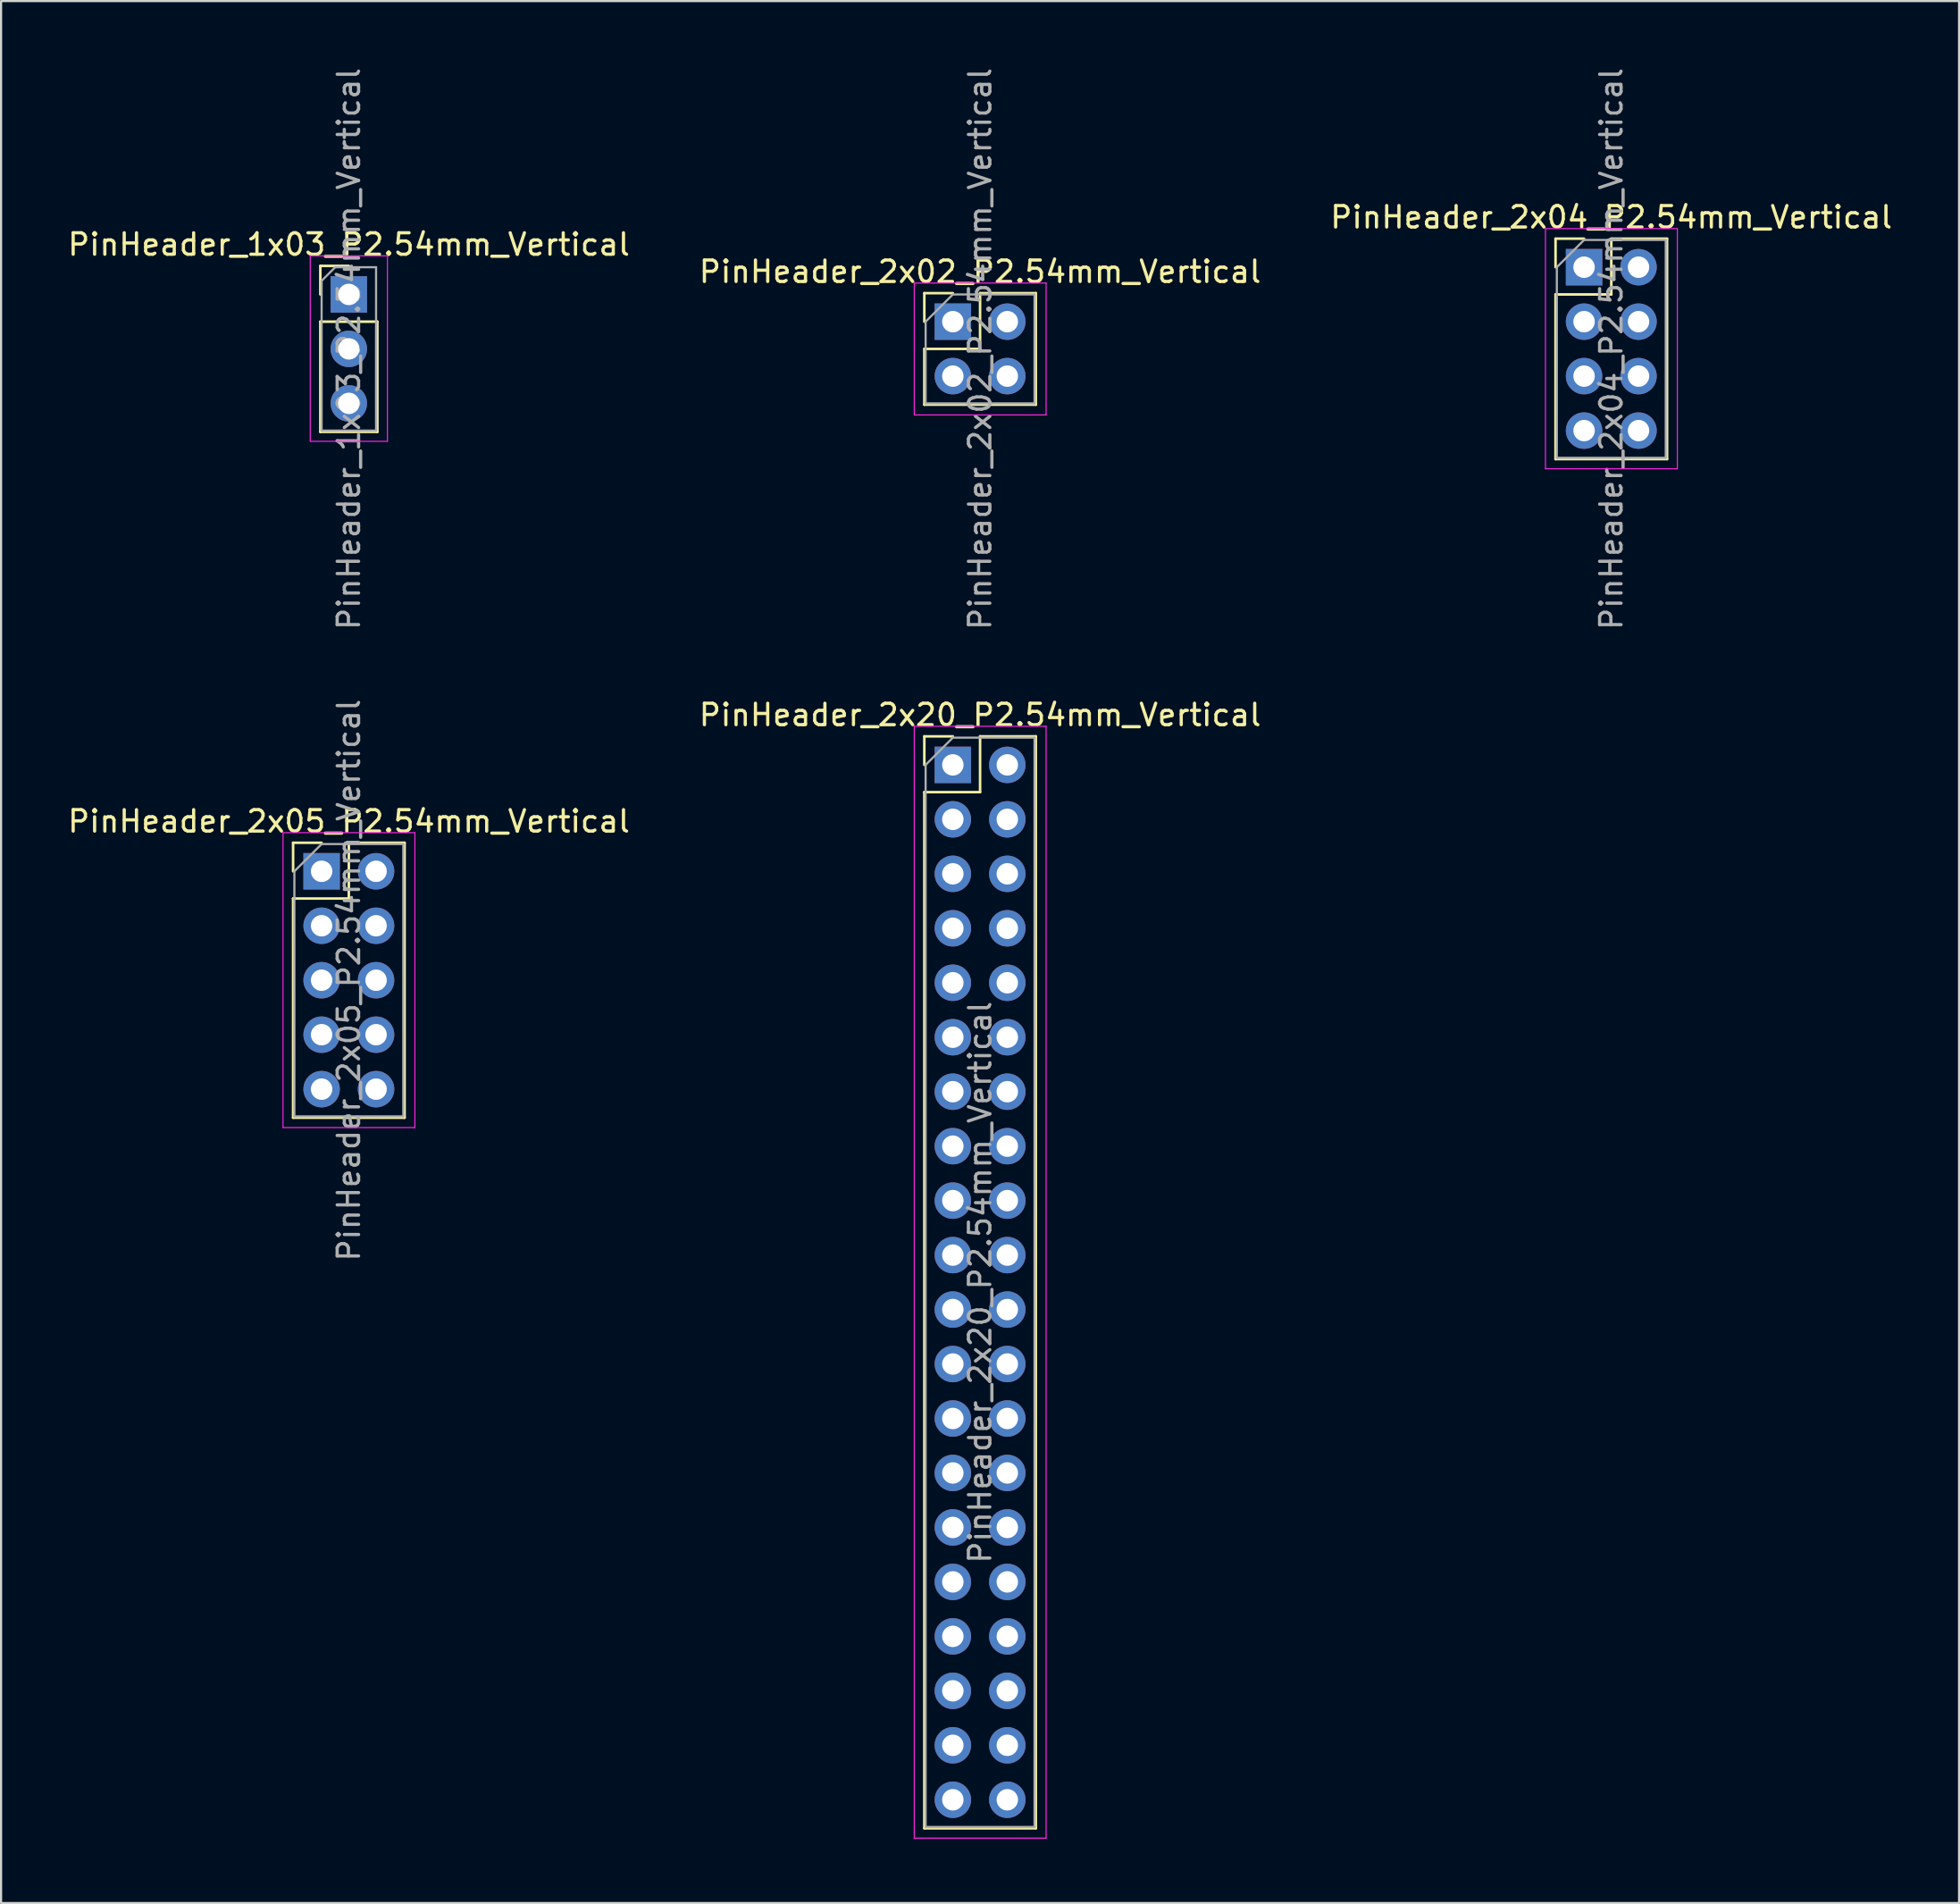
<source format=kicad_pcb>
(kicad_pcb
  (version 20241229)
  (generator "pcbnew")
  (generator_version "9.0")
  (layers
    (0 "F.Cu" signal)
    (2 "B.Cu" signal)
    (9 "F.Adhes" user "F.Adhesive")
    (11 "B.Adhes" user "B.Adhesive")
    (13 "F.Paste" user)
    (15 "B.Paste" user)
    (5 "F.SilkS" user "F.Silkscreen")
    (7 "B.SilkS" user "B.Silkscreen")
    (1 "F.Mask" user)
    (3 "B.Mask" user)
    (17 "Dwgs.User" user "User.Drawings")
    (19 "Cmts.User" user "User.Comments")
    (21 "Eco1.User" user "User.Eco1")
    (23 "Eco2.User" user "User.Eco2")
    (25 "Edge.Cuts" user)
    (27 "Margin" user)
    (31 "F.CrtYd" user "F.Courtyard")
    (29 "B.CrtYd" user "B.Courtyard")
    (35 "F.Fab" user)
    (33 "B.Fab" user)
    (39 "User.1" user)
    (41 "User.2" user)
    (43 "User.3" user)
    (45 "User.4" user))
  (footprint "PinHeader_1x03_P2.54mm_Vertical"
    (layer "F.Cu")
    (at 13.22 10.68)
    (property "Reference" "PinHeader_1x03_P2.54mm_Vertical" (at 0 -2.33 0) (layer "F.SilkS") (effects (font (size 1 1) (thickness 0.15))))
    (attr through_hole)
    (fp_line (start -1.33 -1.33) (end 0 -1.33) (stroke (width 0.12) (type solid)) (layer "F.SilkS"))
    (fp_line (start -1.33 0) (end -1.33 -1.33) (stroke (width 0.12) (type solid)) (layer "F.SilkS"))
    (fp_line (start -1.33 1.27) (end -1.33 6.41) (stroke (width 0.12) (type solid)) (layer "F.SilkS"))
    (fp_line (start -1.33 1.27) (end 1.33 1.27) (stroke (width 0.12) (type solid)) (layer "F.SilkS"))
    (fp_line (start -1.33 6.41) (end 1.33 6.41) (stroke (width 0.12) (type solid)) (layer "F.SilkS"))
    (fp_line (start 1.33 1.27) (end 1.33 6.41) (stroke (width 0.12) (type solid)) (layer "F.SilkS"))
    (fp_line (start -1.8 -1.8) (end -1.8 6.85) (stroke (width 0.05) (type solid)) (layer "F.CrtYd"))
    (fp_line (start -1.8 6.85) (end 1.8 6.85) (stroke (width 0.05) (type solid)) (layer "F.CrtYd"))
    (fp_line (start 1.8 -1.8) (end -1.8 -1.8) (stroke (width 0.05) (type solid)) (layer "F.CrtYd"))
    (fp_line (start 1.8 6.85) (end 1.8 -1.8) (stroke (width 0.05) (type solid)) (layer "F.CrtYd"))
    (fp_line (start -1.27 -0.635) (end -0.635 -1.27) (stroke (width 0.1) (type solid)) (layer "F.Fab"))
    (fp_line (start -1.27 6.35) (end -1.27 -0.635) (stroke (width 0.1) (type solid)) (layer "F.Fab"))
    (fp_line (start -0.635 -1.27) (end 1.27 -1.27) (stroke (width 0.1) (type solid)) (layer "F.Fab"))
    (fp_line (start 1.27 -1.27) (end 1.27 6.35) (stroke (width 0.1) (type solid)) (layer "F.Fab"))
    (fp_line (start 1.27 6.35) (end -1.27 6.35) (stroke (width 0.1) (type solid)) (layer "F.Fab"))
    (fp_text user "${REFERENCE}" (at 0 2.54 90) (layer "F.Fab") (effects (font (size 1 1) (thickness 0.15))))
    (pad "1" thru_hole rect (at 0 0) (size 1.7 1.7) (drill 1) (layers "*.Cu" "*.Mask"))
    (pad "2" thru_hole oval (at 0 2.54) (size 1.7 1.7) (drill 1) (layers "*.Cu" "*.Mask"))
    (pad "3" thru_hole oval (at 0 5.08) (size 1.7 1.7) (drill 1) (layers "*.Cu" "*.Mask")))
  (footprint "PinHeader_2x20_P2.54mm_Vertical"
    (layer "F.Cu")
    (at 41.391 32.619)
    (property "Reference" "PinHeader_2x20_P2.54mm_Vertical" (at 1.27 -2.33 0) (layer "F.SilkS") (effects (font (size 1 1) (thickness 0.15))))
    (attr through_hole)
    (fp_line (start -1.33 -1.33) (end 0 -1.33) (stroke (width 0.12) (type solid)) (layer "F.SilkS"))
    (fp_line (start -1.33 0) (end -1.33 -1.33) (stroke (width 0.12) (type solid)) (layer "F.SilkS"))
    (fp_line (start -1.33 1.27) (end -1.33 49.59) (stroke (width 0.12) (type solid)) (layer "F.SilkS"))
    (fp_line (start -1.33 1.27) (end 1.27 1.27) (stroke (width 0.12) (type solid)) (layer "F.SilkS"))
    (fp_line (start -1.33 49.59) (end 3.87 49.59) (stroke (width 0.12) (type solid)) (layer "F.SilkS"))
    (fp_line (start 1.27 -1.33) (end 3.87 -1.33) (stroke (width 0.12) (type solid)) (layer "F.SilkS"))
    (fp_line (start 1.27 1.27) (end 1.27 -1.33) (stroke (width 0.12) (type solid)) (layer "F.SilkS"))
    (fp_line (start 3.87 -1.33) (end 3.87 49.59) (stroke (width 0.12) (type solid)) (layer "F.SilkS"))
    (fp_line (start -1.8 -1.8) (end -1.8 50.05) (stroke (width 0.05) (type solid)) (layer "F.CrtYd"))
    (fp_line (start -1.8 50.05) (end 4.35 50.05) (stroke (width 0.05) (type solid)) (layer "F.CrtYd"))
    (fp_line (start 4.35 -1.8) (end -1.8 -1.8) (stroke (width 0.05) (type solid)) (layer "F.CrtYd"))
    (fp_line (start 4.35 50.05) (end 4.35 -1.8) (stroke (width 0.05) (type solid)) (layer "F.CrtYd"))
    (fp_line (start -1.27 0) (end 0 -1.27) (stroke (width 0.1) (type solid)) (layer "F.Fab"))
    (fp_line (start -1.27 49.53) (end -1.27 0) (stroke (width 0.1) (type solid)) (layer "F.Fab"))
    (fp_line (start 0 -1.27) (end 3.81 -1.27) (stroke (width 0.1) (type solid)) (layer "F.Fab"))
    (fp_line (start 3.81 -1.27) (end 3.81 49.53) (stroke (width 0.1) (type solid)) (layer "F.Fab"))
    (fp_line (start 3.81 49.53) (end -1.27 49.53) (stroke (width 0.1) (type solid)) (layer "F.Fab"))
    (fp_text user "${REFERENCE}" (at 1.27 24.13 90) (layer "F.Fab") (effects (font (size 1 1) (thickness 0.15))))
    (pad "1" thru_hole rect (at 0 0) (size 1.7 1.7) (drill 1) (layers "*.Cu" "*.Mask"))
    (pad "2" thru_hole oval (at 2.54 0) (size 1.7 1.7) (drill 1) (layers "*.Cu" "*.Mask"))
    (pad "3" thru_hole oval (at 0 2.54) (size 1.7 1.7) (drill 1) (layers "*.Cu" "*.Mask"))
    (pad "4" thru_hole oval (at 2.54 2.54) (size 1.7 1.7) (drill 1) (layers "*.Cu" "*.Mask"))
    (pad "5" thru_hole oval (at 0 5.08) (size 1.7 1.7) (drill 1) (layers "*.Cu" "*.Mask"))
    (pad "6" thru_hole oval (at 2.54 5.08) (size 1.7 1.7) (drill 1) (layers "*.Cu" "*.Mask"))
    (pad "7" thru_hole oval (at 0 7.62) (size 1.7 1.7) (drill 1) (layers "*.Cu" "*.Mask"))
    (pad "8" thru_hole oval (at 2.54 7.62) (size 1.7 1.7) (drill 1) (layers "*.Cu" "*.Mask"))
    (pad "9" thru_hole oval (at 0 10.16) (size 1.7 1.7) (drill 1) (layers "*.Cu" "*.Mask"))
    (pad "10" thru_hole oval (at 2.54 10.16) (size 1.7 1.7) (drill 1) (layers "*.Cu" "*.Mask"))
    (pad "11" thru_hole oval (at 0 12.7) (size 1.7 1.7) (drill 1) (layers "*.Cu" "*.Mask"))
    (pad "12" thru_hole oval (at 2.54 12.7) (size 1.7 1.7) (drill 1) (layers "*.Cu" "*.Mask"))
    (pad "13" thru_hole oval (at 0 15.24) (size 1.7 1.7) (drill 1) (layers "*.Cu" "*.Mask"))
    (pad "14" thru_hole oval (at 2.54 15.24) (size 1.7 1.7) (drill 1) (layers "*.Cu" "*.Mask"))
    (pad "15" thru_hole oval (at 0 17.78) (size 1.7 1.7) (drill 1) (layers "*.Cu" "*.Mask"))
    (pad "16" thru_hole oval (at 2.54 17.78) (size 1.7 1.7) (drill 1) (layers "*.Cu" "*.Mask"))
    (pad "17" thru_hole oval (at 0 20.32) (size 1.7 1.7) (drill 1) (layers "*.Cu" "*.Mask"))
    (pad "18" thru_hole oval (at 2.54 20.32) (size 1.7 1.7) (drill 1) (layers "*.Cu" "*.Mask"))
    (pad "19" thru_hole oval (at 0 22.86) (size 1.7 1.7) (drill 1) (layers "*.Cu" "*.Mask"))
    (pad "20" thru_hole oval (at 2.54 22.86) (size 1.7 1.7) (drill 1) (layers "*.Cu" "*.Mask"))
    (pad "21" thru_hole oval (at 0 25.4) (size 1.7 1.7) (drill 1) (layers "*.Cu" "*.Mask"))
    (pad "22" thru_hole oval (at 2.54 25.4) (size 1.7 1.7) (drill 1) (layers "*.Cu" "*.Mask"))
    (pad "23" thru_hole oval (at 0 27.94) (size 1.7 1.7) (drill 1) (layers "*.Cu" "*.Mask"))
    (pad "24" thru_hole oval (at 2.54 27.94) (size 1.7 1.7) (drill 1) (layers "*.Cu" "*.Mask"))
    (pad "25" thru_hole oval (at 0 30.48) (size 1.7 1.7) (drill 1) (layers "*.Cu" "*.Mask"))
    (pad "26" thru_hole oval (at 2.54 30.48) (size 1.7 1.7) (drill 1) (layers "*.Cu" "*.Mask"))
    (pad "27" thru_hole oval (at 0 33.02) (size 1.7 1.7) (drill 1) (layers "*.Cu" "*.Mask"))
    (pad "28" thru_hole oval (at 2.54 33.02) (size 1.7 1.7) (drill 1) (layers "*.Cu" "*.Mask"))
    (pad "29" thru_hole oval (at 0 35.56) (size 1.7 1.7) (drill 1) (layers "*.Cu" "*.Mask"))
    (pad "30" thru_hole oval (at 2.54 35.56) (size 1.7 1.7) (drill 1) (layers "*.Cu" "*.Mask"))
    (pad "31" thru_hole oval (at 0 38.1) (size 1.7 1.7) (drill 1) (layers "*.Cu" "*.Mask"))
    (pad "32" thru_hole oval (at 2.54 38.1) (size 1.7 1.7) (drill 1) (layers "*.Cu" "*.Mask"))
    (pad "33" thru_hole oval (at 0 40.64) (size 1.7 1.7) (drill 1) (layers "*.Cu" "*.Mask"))
    (pad "34" thru_hole oval (at 2.54 40.64) (size 1.7 1.7) (drill 1) (layers "*.Cu" "*.Mask"))
    (pad "35" thru_hole oval (at 0 43.18) (size 1.7 1.7) (drill 1) (layers "*.Cu" "*.Mask"))
    (pad "36" thru_hole oval (at 2.54 43.18) (size 1.7 1.7) (drill 1) (layers "*.Cu" "*.Mask"))
    (pad "37" thru_hole oval (at 0 45.72) (size 1.7 1.7) (drill 1) (layers "*.Cu" "*.Mask"))
    (pad "38" thru_hole oval (at 2.54 45.72) (size 1.7 1.7) (drill 1) (layers "*.Cu" "*.Mask"))
    (pad "39" thru_hole oval (at 0 48.26) (size 1.7 1.7) (drill 1) (layers "*.Cu" "*.Mask"))
    (pad "40" thru_hole oval (at 2.54 48.26) (size 1.7 1.7) (drill 1) (layers "*.Cu" "*.Mask")))
  (footprint "PinHeader_2x02_P2.54mm_Vertical"
    (layer "F.Cu")
    (at 41.391 11.95)
    (property "Reference" "PinHeader_2x02_P2.54mm_Vertical" (at 1.27 -2.33 0) (layer "F.SilkS") (effects (font (size 1 1) (thickness 0.15))))
    (attr through_hole)
    (fp_line (start -1.33 -1.33) (end 0 -1.33) (stroke (width 0.12) (type solid)) (layer "F.SilkS"))
    (fp_line (start -1.33 0) (end -1.33 -1.33) (stroke (width 0.12) (type solid)) (layer "F.SilkS"))
    (fp_line (start -1.33 1.27) (end -1.33 3.87) (stroke (width 0.12) (type solid)) (layer "F.SilkS"))
    (fp_line (start -1.33 1.27) (end 1.27 1.27) (stroke (width 0.12) (type solid)) (layer "F.SilkS"))
    (fp_line (start -1.33 3.87) (end 3.87 3.87) (stroke (width 0.12) (type solid)) (layer "F.SilkS"))
    (fp_line (start 1.27 -1.33) (end 3.87 -1.33) (stroke (width 0.12) (type solid)) (layer "F.SilkS"))
    (fp_line (start 1.27 1.27) (end 1.27 -1.33) (stroke (width 0.12) (type solid)) (layer "F.SilkS"))
    (fp_line (start 3.87 -1.33) (end 3.87 3.87) (stroke (width 0.12) (type solid)) (layer "F.SilkS"))
    (fp_line (start -1.8 -1.8) (end -1.8 4.35) (stroke (width 0.05) (type solid)) (layer "F.CrtYd"))
    (fp_line (start -1.8 4.35) (end 4.35 4.35) (stroke (width 0.05) (type solid)) (layer "F.CrtYd"))
    (fp_line (start 4.35 -1.8) (end -1.8 -1.8) (stroke (width 0.05) (type solid)) (layer "F.CrtYd"))
    (fp_line (start 4.35 4.35) (end 4.35 -1.8) (stroke (width 0.05) (type solid)) (layer "F.CrtYd"))
    (fp_line (start -1.27 0) (end 0 -1.27) (stroke (width 0.1) (type solid)) (layer "F.Fab"))
    (fp_line (start -1.27 3.81) (end -1.27 0) (stroke (width 0.1) (type solid)) (layer "F.Fab"))
    (fp_line (start 0 -1.27) (end 3.81 -1.27) (stroke (width 0.1) (type solid)) (layer "F.Fab"))
    (fp_line (start 3.81 -1.27) (end 3.81 3.81) (stroke (width 0.1) (type solid)) (layer "F.Fab"))
    (fp_line (start 3.81 3.81) (end -1.27 3.81) (stroke (width 0.1) (type solid)) (layer "F.Fab"))
    (fp_text user "${REFERENCE}" (at 1.27 1.27 90) (layer "F.Fab") (effects (font (size 1 1) (thickness 0.15))))
    (pad "1" thru_hole rect (at 0 0) (size 1.7 1.7) (drill 1) (layers "*.Cu" "*.Mask"))
    (pad "2" thru_hole oval (at 2.54 0) (size 1.7 1.7) (drill 1) (layers "*.Cu" "*.Mask"))
    (pad "3" thru_hole oval (at 0 2.54) (size 1.7 1.7) (drill 1) (layers "*.Cu" "*.Mask"))
    (pad "4" thru_hole oval (at 2.54 2.54) (size 1.7 1.7) (drill 1) (layers "*.Cu" "*.Mask")))
  (footprint "PinHeader_2x05_P2.54mm_Vertical"
    (layer "F.Cu")
    (at 11.95 37.581)
    (property "Reference" "PinHeader_2x05_P2.54mm_Vertical" (at 1.27 -2.33 0) (layer "F.SilkS") (effects (font (size 1 1) (thickness 0.15))))
    (attr through_hole)
    (fp_line (start -1.33 -1.33) (end 0 -1.33) (stroke (width 0.12) (type solid)) (layer "F.SilkS"))
    (fp_line (start -1.33 0) (end -1.33 -1.33) (stroke (width 0.12) (type solid)) (layer "F.SilkS"))
    (fp_line (start -1.33 1.27) (end -1.33 11.49) (stroke (width 0.12) (type solid)) (layer "F.SilkS"))
    (fp_line (start -1.33 1.27) (end 1.27 1.27) (stroke (width 0.12) (type solid)) (layer "F.SilkS"))
    (fp_line (start -1.33 11.49) (end 3.87 11.49) (stroke (width 0.12) (type solid)) (layer "F.SilkS"))
    (fp_line (start 1.27 -1.33) (end 3.87 -1.33) (stroke (width 0.12) (type solid)) (layer "F.SilkS"))
    (fp_line (start 1.27 1.27) (end 1.27 -1.33) (stroke (width 0.12) (type solid)) (layer "F.SilkS"))
    (fp_line (start 3.87 -1.33) (end 3.87 11.49) (stroke (width 0.12) (type solid)) (layer "F.SilkS"))
    (fp_line (start -1.8 -1.8) (end -1.8 11.95) (stroke (width 0.05) (type solid)) (layer "F.CrtYd"))
    (fp_line (start -1.8 11.95) (end 4.35 11.95) (stroke (width 0.05) (type solid)) (layer "F.CrtYd"))
    (fp_line (start 4.35 -1.8) (end -1.8 -1.8) (stroke (width 0.05) (type solid)) (layer "F.CrtYd"))
    (fp_line (start 4.35 11.95) (end 4.35 -1.8) (stroke (width 0.05) (type solid)) (layer "F.CrtYd"))
    (fp_line (start -1.27 0) (end 0 -1.27) (stroke (width 0.1) (type solid)) (layer "F.Fab"))
    (fp_line (start -1.27 11.43) (end -1.27 0) (stroke (width 0.1) (type solid)) (layer "F.Fab"))
    (fp_line (start 0 -1.27) (end 3.81 -1.27) (stroke (width 0.1) (type solid)) (layer "F.Fab"))
    (fp_line (start 3.81 -1.27) (end 3.81 11.43) (stroke (width 0.1) (type solid)) (layer "F.Fab"))
    (fp_line (start 3.81 11.43) (end -1.27 11.43) (stroke (width 0.1) (type solid)) (layer "F.Fab"))
    (fp_text user "${REFERENCE}" (at 1.27 5.08 90) (layer "F.Fab") (effects (font (size 1 1) (thickness 0.15))))
    (pad "1" thru_hole rect (at 0 0) (size 1.7 1.7) (drill 1) (layers "*.Cu" "*.Mask"))
    (pad "2" thru_hole oval (at 2.54 0) (size 1.7 1.7) (drill 1) (layers "*.Cu" "*.Mask"))
    (pad "3" thru_hole oval (at 0 2.54) (size 1.7 1.7) (drill 1) (layers "*.Cu" "*.Mask"))
    (pad "4" thru_hole oval (at 2.54 2.54) (size 1.7 1.7) (drill 1) (layers "*.Cu" "*.Mask"))
    (pad "5" thru_hole oval (at 0 5.08) (size 1.7 1.7) (drill 1) (layers "*.Cu" "*.Mask"))
    (pad "6" thru_hole oval (at 2.54 5.08) (size 1.7 1.7) (drill 1) (layers "*.Cu" "*.Mask"))
    (pad "7" thru_hole oval (at 0 7.62) (size 1.7 1.7) (drill 1) (layers "*.Cu" "*.Mask"))
    (pad "8" thru_hole oval (at 2.54 7.62) (size 1.7 1.7) (drill 1) (layers "*.Cu" "*.Mask"))
    (pad "9" thru_hole oval (at 0 10.16) (size 1.7 1.7) (drill 1) (layers "*.Cu" "*.Mask"))
    (pad "10" thru_hole oval (at 2.54 10.16) (size 1.7 1.7) (drill 1) (layers "*.Cu" "*.Mask")))
  (footprint "PinHeader_2x04_P2.54mm_Vertical"
    (layer "F.Cu")
    (at 70.831 9.41)
    (property "Reference" "PinHeader_2x04_P2.54mm_Vertical" (at 1.27 -2.33 0) (layer "F.SilkS") (effects (font (size 1 1) (thickness 0.15))))
    (attr through_hole)
    (fp_line (start -1.33 -1.33) (end 0 -1.33) (stroke (width 0.12) (type solid)) (layer "F.SilkS"))
    (fp_line (start -1.33 0) (end -1.33 -1.33) (stroke (width 0.12) (type solid)) (layer "F.SilkS"))
    (fp_line (start -1.33 1.27) (end -1.33 8.95) (stroke (width 0.12) (type solid)) (layer "F.SilkS"))
    (fp_line (start -1.33 1.27) (end 1.27 1.27) (stroke (width 0.12) (type solid)) (layer "F.SilkS"))
    (fp_line (start -1.33 8.95) (end 3.87 8.95) (stroke (width 0.12) (type solid)) (layer "F.SilkS"))
    (fp_line (start 1.27 -1.33) (end 3.87 -1.33) (stroke (width 0.12) (type solid)) (layer "F.SilkS"))
    (fp_line (start 1.27 1.27) (end 1.27 -1.33) (stroke (width 0.12) (type solid)) (layer "F.SilkS"))
    (fp_line (start 3.87 -1.33) (end 3.87 8.95) (stroke (width 0.12) (type solid)) (layer "F.SilkS"))
    (fp_line (start -1.8 -1.8) (end -1.8 9.4) (stroke (width 0.05) (type solid)) (layer "F.CrtYd"))
    (fp_line (start -1.8 9.4) (end 4.35 9.4) (stroke (width 0.05) (type solid)) (layer "F.CrtYd"))
    (fp_line (start 4.35 -1.8) (end -1.8 -1.8) (stroke (width 0.05) (type solid)) (layer "F.CrtYd"))
    (fp_line (start 4.35 9.4) (end 4.35 -1.8) (stroke (width 0.05) (type solid)) (layer "F.CrtYd"))
    (fp_line (start -1.27 0) (end 0 -1.27) (stroke (width 0.1) (type solid)) (layer "F.Fab"))
    (fp_line (start -1.27 8.89) (end -1.27 0) (stroke (width 0.1) (type solid)) (layer "F.Fab"))
    (fp_line (start 0 -1.27) (end 3.81 -1.27) (stroke (width 0.1) (type solid)) (layer "F.Fab"))
    (fp_line (start 3.81 -1.27) (end 3.81 8.89) (stroke (width 0.1) (type solid)) (layer "F.Fab"))
    (fp_line (start 3.81 8.89) (end -1.27 8.89) (stroke (width 0.1) (type solid)) (layer "F.Fab"))
    (fp_text user "${REFERENCE}" (at 1.27 3.81 90) (layer "F.Fab") (effects (font (size 1 1) (thickness 0.15))))
    (pad "1" thru_hole rect (at 0 0) (size 1.7 1.7) (drill 1) (layers "*.Cu" "*.Mask"))
    (pad "2" thru_hole oval (at 2.54 0) (size 1.7 1.7) (drill 1) (layers "*.Cu" "*.Mask"))
    (pad "3" thru_hole oval (at 0 2.54) (size 1.7 1.7) (drill 1) (layers "*.Cu" "*.Mask"))
    (pad "4" thru_hole oval (at 2.54 2.54) (size 1.7 1.7) (drill 1) (layers "*.Cu" "*.Mask"))
    (pad "5" thru_hole oval (at 0 5.08) (size 1.7 1.7) (drill 1) (layers "*.Cu" "*.Mask"))
    (pad "6" thru_hole oval (at 2.54 5.08) (size 1.7 1.7) (drill 1) (layers "*.Cu" "*.Mask"))
    (pad "7" thru_hole oval (at 0 7.62) (size 1.7 1.7) (drill 1) (layers "*.Cu" "*.Mask"))
    (pad "8" thru_hole oval (at 2.54 7.62) (size 1.7 1.7) (drill 1) (layers "*.Cu" "*.Mask")))
  (gr_rect
    (start -3 -3)
    (end 88.321 85.694)
    (stroke (width 0.1) (type default))
    (fill no)
    (layer "Edge.Cuts")))
</source>
